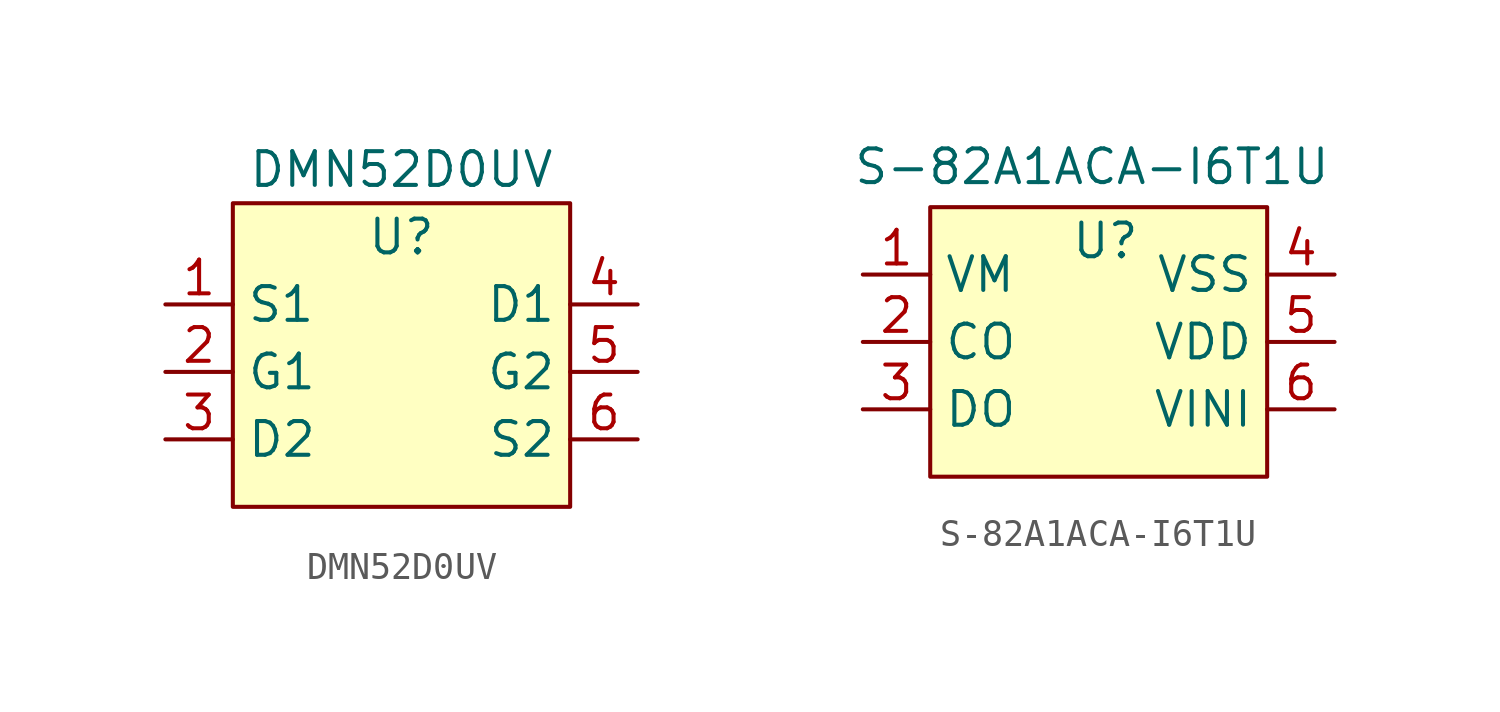
<source format=kicad_sym>
(kicad_symbol_lib
  (version 20231120)
  (generator "kicad_symbol_editor")
  (generator_version "8.0")
  (symbol "DMN52D0UV"
    (property "Reference" "U"
      (at 0 0 0)
      (effects (font (size 1.27 1.27))))
    (property "Value" "DMN52D0UV"
      (at 0 2.54 0)
      (effects (font (size 1.27 1.27))))
    (symbol "DMN52D0UV_1_1"
      (rectangle (start -6.35 1.27) (end 6.35 -10.16) (stroke (width 0) (type default)) (fill (type background)))
      (pin passive line (at -8.89 -2.54 0) (length 2.54) (name "S1" (effects (font (size 1.27 1.27)))) (number "1" (effects (font (size 1.27 1.27)))))
      (pin input line (at -8.89 -5.08 0) (length 2.54) (name "G1" (effects (font (size 1.27 1.27)))) (number "2" (effects (font (size 1.27 1.27)))))
      (pin passive line (at -8.89 -7.62 0) (length 2.54) (name "D2" (effects (font (size 1.27 1.27)))) (number "3" (effects (font (size 1.27 1.27)))))
      (pin passive line (at 8.89 -2.54 180) (length 2.54) (name "D1" (effects (font (size 1.27 1.27)))) (number "4" (effects (font (size 1.27 1.27)))))
      (pin input line (at 8.89 -5.08 180) (length 2.54) (name "G2" (effects (font (size 1.27 1.27)))) (number "5" (effects (font (size 1.27 1.27)))))
      (pin passive line (at 8.89 -7.62 180) (length 2.54) (name "S2" (effects (font (size 1.27 1.27)))) (number "6" (effects (font (size 1.27 1.27)))))))
  (symbol "S-82A1ACA-I6T1U"
    (property "Reference" "U"
      (at 0.254 6.35 0)
      (effects (font (size 1.27 1.27))))
    (property "Value" " S-82A1ACA-I6T1U"
      (at -0.254 9.144 0)
      (effects (font (size 1.27 1.27))))
    (symbol "S-82A1ACA-I6T1U_1_1"
      (rectangle (start -6.35 7.62) (end 6.35 -2.54) (stroke (width 0) (type default)) (fill (type background)))
      (pin input line (at -8.89 5.08 0) (length 2.54) (name "VM" (effects (font (size 1.27 1.27)))) (number "1" (effects (font (size 1.27 1.27)))))
      (pin output line (at -8.89 2.54 0) (length 2.54) (name "CO" (effects (font (size 1.27 1.27)))) (number "2" (effects (font (size 1.27 1.27)))))
      (pin output line (at -8.89 0 0) (length 2.54) (name "DO" (effects (font (size 1.27 1.27)))) (number "3" (effects (font (size 1.27 1.27)))))
      (pin input line (at 8.89 5.08 180) (length 2.54) (name "VSS" (effects (font (size 1.27 1.27)))) (number "4" (effects (font (size 1.27 1.27)))))
      (pin input line (at 8.89 2.54 180) (length 2.54) (name "VDD" (effects (font (size 1.27 1.27)))) (number "5" (effects (font (size 1.27 1.27)))))
      (pin input line (at 8.89 0 180) (length 2.54) (name "VINI" (effects (font (size 1.27 1.27)))) (number "6" (effects (font (size 1.27 1.27))))))))
</source>
